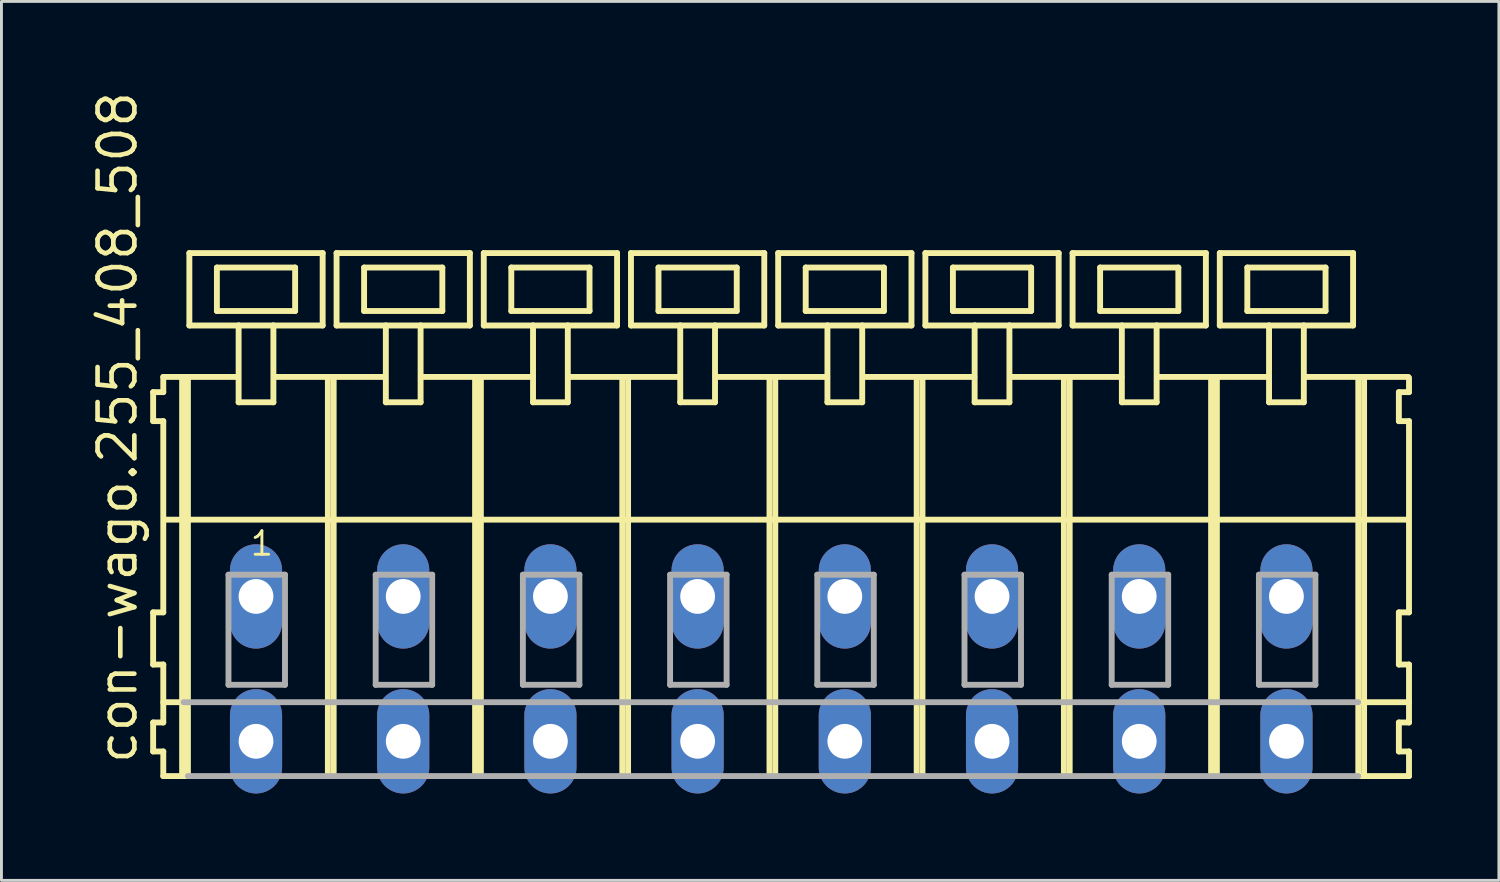
<source format=kicad_pcb>
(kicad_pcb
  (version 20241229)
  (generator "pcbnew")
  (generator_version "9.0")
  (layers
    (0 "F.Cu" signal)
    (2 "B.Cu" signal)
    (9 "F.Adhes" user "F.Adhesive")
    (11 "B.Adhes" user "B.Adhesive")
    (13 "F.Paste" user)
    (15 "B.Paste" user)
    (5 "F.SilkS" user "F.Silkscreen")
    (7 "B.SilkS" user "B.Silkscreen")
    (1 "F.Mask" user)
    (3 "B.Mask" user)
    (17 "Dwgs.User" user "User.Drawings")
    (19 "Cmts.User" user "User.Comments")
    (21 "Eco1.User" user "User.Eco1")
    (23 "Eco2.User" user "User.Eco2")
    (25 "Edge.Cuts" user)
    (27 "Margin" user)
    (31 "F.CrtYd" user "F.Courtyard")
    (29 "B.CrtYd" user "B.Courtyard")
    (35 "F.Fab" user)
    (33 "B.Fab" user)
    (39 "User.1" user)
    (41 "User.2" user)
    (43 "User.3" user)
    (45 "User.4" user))
  (footprint "con-wago.255_408_508"
    (layer "F.Cu")
    (at 23.565 17.533)
    (property "Reference" "con-wago.255_408_508" (at -21.815 5.855 90) (layer "F.SilkS") (effects (font (size 1.27 1.27) (thickness 0.16)) (justify left bottom)))
    (attr through_hole)
    (fp_line (start -21.33 -7.05) (end -21.33 -6.05) (stroke (width 0.203) (type default)) (layer "F.SilkS"))
    (fp_line (start -21.33 -6.05) (end -20.98 -6.05) (stroke (width 0.203) (type default)) (layer "F.SilkS"))
    (fp_line (start -21.33 0.55) (end -21.33 2.35) (stroke (width 0.203) (type default)) (layer "F.SilkS"))
    (fp_line (start -21.33 2.35) (end -20.98 2.35) (stroke (width 0.203) (type default)) (layer "F.SilkS"))
    (fp_line (start -21.33 4.35) (end -21.33 5.35) (stroke (width 0.203) (type default)) (layer "F.SilkS"))
    (fp_line (start -21.33 5.35) (end -20.98 5.35) (stroke (width 0.203) (type default)) (layer "F.SilkS"))
    (fp_line (start -20.98 -7.575) (end -20.98 -7.05) (stroke (width 0.203) (type default)) (layer "F.SilkS"))
    (fp_line (start -20.98 -7.575) (end -18.405 -7.575) (stroke (width 0.203) (type default)) (layer "F.SilkS"))
    (fp_line (start -20.98 -7.05) (end -21.33 -7.05) (stroke (width 0.203) (type default)) (layer "F.SilkS"))
    (fp_line (start -20.98 -6.05) (end -20.98 0.55) (stroke (width 0.203) (type default)) (layer "F.SilkS"))
    (fp_line (start -20.98 0.55) (end -21.33 0.55) (stroke (width 0.203) (type default)) (layer "F.SilkS"))
    (fp_line (start -20.98 2.35) (end -20.98 4.35) (stroke (width 0.203) (type default)) (layer "F.SilkS"))
    (fp_line (start -20.98 3.65) (end -20.28 3.65) (stroke (width 0.203) (type default)) (layer "F.SilkS"))
    (fp_line (start -20.98 4.35) (end -21.33 4.35) (stroke (width 0.203) (type default)) (layer "F.SilkS"))
    (fp_line (start -20.98 5.35) (end -20.98 6.2) (stroke (width 0.203) (type default)) (layer "F.SilkS"))
    (fp_line (start -20.98 6.2) (end -20.33 6.2) (stroke (width 0.203) (type default)) (layer "F.SilkS"))
    (fp_line (start -20.93 -2.65) (end 20.26 -2.65) (stroke (width 0.203) (type default)) (layer "F.SilkS"))
    (fp_line (start -20.33 -7.55) (end -20.33 6.2) (stroke (width 0.203) (type default)) (layer "F.SilkS"))
    (fp_line (start -20.33 6.2) (end -20.13 6.2) (stroke (width 0.203) (type default)) (layer "F.SilkS"))
    (fp_line (start -20.13 -7.55) (end -20.13 6.2) (stroke (width 0.203) (type default)) (layer "F.SilkS"))
    (fp_line (start -20.08 -11.85) (end -20.08 -9.35) (stroke (width 0.203) (type default)) (layer "F.SilkS"))
    (fp_line (start -20.08 -9.35) (end -18.38 -9.35) (stroke (width 0.203) (type default)) (layer "F.SilkS"))
    (fp_line (start -19.13 -11.35) (end -19.13 -9.85) (stroke (width 0.203) (type default)) (layer "F.SilkS"))
    (fp_line (start -19.13 -9.85) (end -16.43 -9.85) (stroke (width 0.203) (type default)) (layer "F.SilkS"))
    (fp_line (start -18.38 -9.35) (end -18.38 -6.7) (stroke (width 0.203) (type default)) (layer "F.SilkS"))
    (fp_line (start -18.38 -9.35) (end -17.18 -9.35) (stroke (width 0.203) (type default)) (layer "F.SilkS"))
    (fp_line (start -18.38 -6.7) (end -17.18 -6.7) (stroke (width 0.203) (type default)) (layer "F.SilkS"))
    (fp_line (start -17.18 -9.35) (end -15.48 -9.35) (stroke (width 0.203) (type default)) (layer "F.SilkS"))
    (fp_line (start -17.18 -6.7) (end -17.18 -9.35) (stroke (width 0.203) (type default)) (layer "F.SilkS"))
    (fp_line (start -17.155 -7.575) (end -13.321 -7.575) (stroke (width 0.203) (type default)) (layer "F.SilkS"))
    (fp_line (start -16.43 -11.35) (end -19.13 -11.35) (stroke (width 0.203) (type default)) (layer "F.SilkS"))
    (fp_line (start -16.43 -9.85) (end -16.43 -11.35) (stroke (width 0.203) (type default)) (layer "F.SilkS"))
    (fp_line (start -15.48 -11.85) (end -20.08 -11.85) (stroke (width 0.203) (type default)) (layer "F.SilkS"))
    (fp_line (start -15.48 -9.35) (end -15.48 -11.85) (stroke (width 0.203) (type default)) (layer "F.SilkS"))
    (fp_line (start -15.3 -7.55) (end -15.3 6.2) (stroke (width 0.203) (type default)) (layer "F.SilkS"))
    (fp_line (start -15.1 -7.55) (end -15.1 6.2) (stroke (width 0.203) (type default)) (layer "F.SilkS"))
    (fp_line (start -15 -11.85) (end -15 -9.35) (stroke (width 0.203) (type default)) (layer "F.SilkS"))
    (fp_line (start -15 -9.35) (end -13.3 -9.35) (stroke (width 0.203) (type default)) (layer "F.SilkS"))
    (fp_line (start -14.05 -11.35) (end -14.05 -9.85) (stroke (width 0.203) (type default)) (layer "F.SilkS"))
    (fp_line (start -14.05 -9.85) (end -11.35 -9.85) (stroke (width 0.203) (type default)) (layer "F.SilkS"))
    (fp_line (start -13.3 -9.35) (end -13.3 -6.7) (stroke (width 0.203) (type default)) (layer "F.SilkS"))
    (fp_line (start -13.3 -9.35) (end -12.1 -9.35) (stroke (width 0.203) (type default)) (layer "F.SilkS"))
    (fp_line (start -13.3 -6.7) (end -12.1 -6.7) (stroke (width 0.203) (type default)) (layer "F.SilkS"))
    (fp_line (start -12.1 -9.35) (end -10.4 -9.35) (stroke (width 0.203) (type default)) (layer "F.SilkS"))
    (fp_line (start -12.1 -6.7) (end -12.1 -9.35) (stroke (width 0.203) (type default)) (layer "F.SilkS"))
    (fp_line (start -12.075 -7.575) (end -8.23 -7.575) (stroke (width 0.203) (type default)) (layer "F.SilkS"))
    (fp_line (start -11.35 -11.35) (end -14.05 -11.35) (stroke (width 0.203) (type default)) (layer "F.SilkS"))
    (fp_line (start -11.35 -9.85) (end -11.35 -11.35) (stroke (width 0.203) (type default)) (layer "F.SilkS"))
    (fp_line (start -10.4 -11.85) (end -15 -11.85) (stroke (width 0.203) (type default)) (layer "F.SilkS"))
    (fp_line (start -10.4 -9.35) (end -10.4 -11.85) (stroke (width 0.203) (type default)) (layer "F.SilkS"))
    (fp_line (start -10.22 -7.55) (end -10.22 6.2) (stroke (width 0.203) (type default)) (layer "F.SilkS"))
    (fp_line (start -10.02 -7.55) (end -10.02 6.2) (stroke (width 0.203) (type default)) (layer "F.SilkS"))
    (fp_line (start -9.92 -11.85) (end -9.92 -9.35) (stroke (width 0.203) (type default)) (layer "F.SilkS"))
    (fp_line (start -9.92 -9.35) (end -8.22 -9.35) (stroke (width 0.203) (type default)) (layer "F.SilkS"))
    (fp_line (start -8.97 -11.35) (end -8.97 -9.85) (stroke (width 0.203) (type default)) (layer "F.SilkS"))
    (fp_line (start -8.97 -9.85) (end -6.27 -9.85) (stroke (width 0.203) (type default)) (layer "F.SilkS"))
    (fp_line (start -8.22 -9.35) (end -8.22 -6.7) (stroke (width 0.203) (type default)) (layer "F.SilkS"))
    (fp_line (start -8.22 -9.35) (end -7.02 -9.35) (stroke (width 0.203) (type default)) (layer "F.SilkS"))
    (fp_line (start -8.22 -6.7) (end -7.02 -6.7) (stroke (width 0.203) (type default)) (layer "F.SilkS"))
    (fp_line (start -7.02 -9.35) (end -5.32 -9.35) (stroke (width 0.203) (type default)) (layer "F.SilkS"))
    (fp_line (start -7.02 -6.7) (end -7.02 -9.35) (stroke (width 0.203) (type default)) (layer "F.SilkS"))
    (fp_line (start -6.995 -7.575) (end -3.15 -7.575) (stroke (width 0.203) (type default)) (layer "F.SilkS"))
    (fp_line (start -6.27 -11.35) (end -8.97 -11.35) (stroke (width 0.203) (type default)) (layer "F.SilkS"))
    (fp_line (start -6.27 -9.85) (end -6.27 -11.35) (stroke (width 0.203) (type default)) (layer "F.SilkS"))
    (fp_line (start -5.32 -11.85) (end -9.92 -11.85) (stroke (width 0.203) (type default)) (layer "F.SilkS"))
    (fp_line (start -5.32 -9.35) (end -5.32 -11.85) (stroke (width 0.203) (type default)) (layer "F.SilkS"))
    (fp_line (start -5.14 -7.55) (end -5.14 6.2) (stroke (width 0.203) (type default)) (layer "F.SilkS"))
    (fp_line (start -4.94 -7.55) (end -4.94 6.2) (stroke (width 0.203) (type default)) (layer "F.SilkS"))
    (fp_line (start -4.84 -11.85) (end -4.84 -9.35) (stroke (width 0.203) (type default)) (layer "F.SilkS"))
    (fp_line (start -4.84 -9.35) (end -3.14 -9.35) (stroke (width 0.203) (type default)) (layer "F.SilkS"))
    (fp_line (start -3.89 -11.35) (end -3.89 -9.85) (stroke (width 0.203) (type default)) (layer "F.SilkS"))
    (fp_line (start -3.89 -9.85) (end -1.19 -9.85) (stroke (width 0.203) (type default)) (layer "F.SilkS"))
    (fp_line (start -3.14 -9.35) (end -3.14 -6.7) (stroke (width 0.203) (type default)) (layer "F.SilkS"))
    (fp_line (start -3.14 -9.35) (end -1.94 -9.35) (stroke (width 0.203) (type default)) (layer "F.SilkS"))
    (fp_line (start -3.14 -6.7) (end -1.94 -6.7) (stroke (width 0.203) (type default)) (layer "F.SilkS"))
    (fp_line (start -1.94 -9.35) (end -0.24 -9.35) (stroke (width 0.203) (type default)) (layer "F.SilkS"))
    (fp_line (start -1.94 -6.7) (end -1.94 -9.35) (stroke (width 0.203) (type default)) (layer "F.SilkS"))
    (fp_line (start -1.915 -7.575) (end 1.93 -7.575) (stroke (width 0.203) (type default)) (layer "F.SilkS"))
    (fp_line (start -1.19 -11.35) (end -3.89 -11.35) (stroke (width 0.203) (type default)) (layer "F.SilkS"))
    (fp_line (start -1.19 -9.85) (end -1.19 -11.35) (stroke (width 0.203) (type default)) (layer "F.SilkS"))
    (fp_line (start -0.24 -11.85) (end -4.84 -11.85) (stroke (width 0.203) (type default)) (layer "F.SilkS"))
    (fp_line (start -0.24 -9.35) (end -0.24 -11.85) (stroke (width 0.203) (type default)) (layer "F.SilkS"))
    (fp_line (start -0.06 -7.55) (end -0.06 6.2) (stroke (width 0.203) (type default)) (layer "F.SilkS"))
    (fp_line (start 0.14 -7.55) (end 0.14 6.2) (stroke (width 0.203) (type default)) (layer "F.SilkS"))
    (fp_line (start 0.24 -11.85) (end 0.24 -9.35) (stroke (width 0.203) (type default)) (layer "F.SilkS"))
    (fp_line (start 0.24 -9.35) (end 1.94 -9.35) (stroke (width 0.203) (type default)) (layer "F.SilkS"))
    (fp_line (start 1.19 -11.35) (end 1.19 -9.85) (stroke (width 0.203) (type default)) (layer "F.SilkS"))
    (fp_line (start 1.19 -9.85) (end 3.89 -9.85) (stroke (width 0.203) (type default)) (layer "F.SilkS"))
    (fp_line (start 1.94 -9.35) (end 1.94 -6.7) (stroke (width 0.203) (type default)) (layer "F.SilkS"))
    (fp_line (start 1.94 -9.35) (end 3.14 -9.35) (stroke (width 0.203) (type default)) (layer "F.SilkS"))
    (fp_line (start 1.94 -6.7) (end 3.14 -6.7) (stroke (width 0.203) (type default)) (layer "F.SilkS"))
    (fp_line (start 3.14 -9.35) (end 4.84 -9.35) (stroke (width 0.203) (type default)) (layer "F.SilkS"))
    (fp_line (start 3.14 -6.7) (end 3.14 -9.35) (stroke (width 0.203) (type default)) (layer "F.SilkS"))
    (fp_line (start 3.165 -7.575) (end 7.01 -7.575) (stroke (width 0.203) (type default)) (layer "F.SilkS"))
    (fp_line (start 3.89 -11.35) (end 1.19 -11.35) (stroke (width 0.203) (type default)) (layer "F.SilkS"))
    (fp_line (start 3.89 -9.85) (end 3.89 -11.35) (stroke (width 0.203) (type default)) (layer "F.SilkS"))
    (fp_line (start 4.84 -11.85) (end 0.24 -11.85) (stroke (width 0.203) (type default)) (layer "F.SilkS"))
    (fp_line (start 4.84 -9.35) (end 4.84 -11.85) (stroke (width 0.203) (type default)) (layer "F.SilkS"))
    (fp_line (start 5.02 -7.55) (end 5.02 6.2) (stroke (width 0.203) (type default)) (layer "F.SilkS"))
    (fp_line (start 5.22 -7.55) (end 5.22 6.2) (stroke (width 0.203) (type default)) (layer "F.SilkS"))
    (fp_line (start 5.32 -11.85) (end 5.32 -9.35) (stroke (width 0.203) (type default)) (layer "F.SilkS"))
    (fp_line (start 5.32 -9.35) (end 7.02 -9.35) (stroke (width 0.203) (type default)) (layer "F.SilkS"))
    (fp_line (start 6.27 -11.35) (end 6.27 -9.85) (stroke (width 0.203) (type default)) (layer "F.SilkS"))
    (fp_line (start 6.27 -9.85) (end 8.97 -9.85) (stroke (width 0.203) (type default)) (layer "F.SilkS"))
    (fp_line (start 7.02 -9.35) (end 7.02 -6.7) (stroke (width 0.203) (type default)) (layer "F.SilkS"))
    (fp_line (start 7.02 -9.35) (end 8.22 -9.35) (stroke (width 0.203) (type default)) (layer "F.SilkS"))
    (fp_line (start 7.02 -6.7) (end 8.22 -6.7) (stroke (width 0.203) (type default)) (layer "F.SilkS"))
    (fp_line (start 8.22 -9.35) (end 9.92 -9.35) (stroke (width 0.203) (type default)) (layer "F.SilkS"))
    (fp_line (start 8.22 -6.7) (end 8.22 -9.35) (stroke (width 0.203) (type default)) (layer "F.SilkS"))
    (fp_line (start 8.245 -7.575) (end 12.09 -7.575) (stroke (width 0.203) (type default)) (layer "F.SilkS"))
    (fp_line (start 8.97 -11.35) (end 6.27 -11.35) (stroke (width 0.203) (type default)) (layer "F.SilkS"))
    (fp_line (start 8.97 -9.85) (end 8.97 -11.35) (stroke (width 0.203) (type default)) (layer "F.SilkS"))
    (fp_line (start 9.92 -11.85) (end 5.32 -11.85) (stroke (width 0.203) (type default)) (layer "F.SilkS"))
    (fp_line (start 9.92 -9.35) (end 9.92 -11.85) (stroke (width 0.203) (type default)) (layer "F.SilkS"))
    (fp_line (start 10.1 -7.55) (end 10.1 6.2) (stroke (width 0.203) (type default)) (layer "F.SilkS"))
    (fp_line (start 10.3 -7.55) (end 10.3 6.2) (stroke (width 0.203) (type default)) (layer "F.SilkS"))
    (fp_line (start 10.4 -11.85) (end 10.4 -9.35) (stroke (width 0.203) (type default)) (layer "F.SilkS"))
    (fp_line (start 10.4 -9.35) (end 12.1 -9.35) (stroke (width 0.203) (type default)) (layer "F.SilkS"))
    (fp_line (start 11.35 -11.35) (end 11.35 -9.85) (stroke (width 0.203) (type default)) (layer "F.SilkS"))
    (fp_line (start 11.35 -9.85) (end 14.05 -9.85) (stroke (width 0.203) (type default)) (layer "F.SilkS"))
    (fp_line (start 12.1 -9.35) (end 12.1 -6.7) (stroke (width 0.203) (type default)) (layer "F.SilkS"))
    (fp_line (start 12.1 -9.35) (end 13.3 -9.35) (stroke (width 0.203) (type default)) (layer "F.SilkS"))
    (fp_line (start 12.1 -6.7) (end 13.3 -6.7) (stroke (width 0.203) (type default)) (layer "F.SilkS"))
    (fp_line (start 13.3 -9.35) (end 15 -9.35) (stroke (width 0.203) (type default)) (layer "F.SilkS"))
    (fp_line (start 13.3 -6.7) (end 13.3 -9.35) (stroke (width 0.203) (type default)) (layer "F.SilkS"))
    (fp_line (start 13.325 -7.575) (end 17.17 -7.575) (stroke (width 0.203) (type default)) (layer "F.SilkS"))
    (fp_line (start 14.05 -11.35) (end 11.35 -11.35) (stroke (width 0.203) (type default)) (layer "F.SilkS"))
    (fp_line (start 14.05 -9.85) (end 14.05 -11.35) (stroke (width 0.203) (type default)) (layer "F.SilkS"))
    (fp_line (start 15 -11.85) (end 10.4 -11.85) (stroke (width 0.203) (type default)) (layer "F.SilkS"))
    (fp_line (start 15 -9.35) (end 15 -11.85) (stroke (width 0.203) (type default)) (layer "F.SilkS"))
    (fp_line (start 15.18 -7.55) (end 15.18 6.2) (stroke (width 0.203) (type default)) (layer "F.SilkS"))
    (fp_line (start 15.38 -7.55) (end 15.38 6.2) (stroke (width 0.203) (type default)) (layer "F.SilkS"))
    (fp_line (start 15.48 -11.85) (end 15.48 -9.35) (stroke (width 0.203) (type default)) (layer "F.SilkS"))
    (fp_line (start 15.48 -9.35) (end 17.18 -9.35) (stroke (width 0.203) (type default)) (layer "F.SilkS"))
    (fp_line (start 16.43 -11.35) (end 16.43 -9.85) (stroke (width 0.203) (type default)) (layer "F.SilkS"))
    (fp_line (start 16.43 -9.85) (end 19.13 -9.85) (stroke (width 0.203) (type default)) (layer "F.SilkS"))
    (fp_line (start 17.18 -9.35) (end 17.18 -6.7) (stroke (width 0.203) (type default)) (layer "F.SilkS"))
    (fp_line (start 17.18 -9.35) (end 18.38 -9.35) (stroke (width 0.203) (type default)) (layer "F.SilkS"))
    (fp_line (start 17.18 -6.7) (end 18.38 -6.7) (stroke (width 0.203) (type default)) (layer "F.SilkS"))
    (fp_line (start 18.38 -9.35) (end 20.08 -9.35) (stroke (width 0.203) (type default)) (layer "F.SilkS"))
    (fp_line (start 18.38 -6.7) (end 18.38 -9.35) (stroke (width 0.203) (type default)) (layer "F.SilkS"))
    (fp_line (start 18.39 -7.575) (end 21.985 -7.575) (stroke (width 0.203) (type default)) (layer "F.SilkS"))
    (fp_line (start 19.13 -11.35) (end 16.43 -11.35) (stroke (width 0.203) (type default)) (layer "F.SilkS"))
    (fp_line (start 19.13 -9.85) (end 19.13 -11.35) (stroke (width 0.203) (type default)) (layer "F.SilkS"))
    (fp_line (start 20.08 -11.85) (end 15.48 -11.85) (stroke (width 0.203) (type default)) (layer "F.SilkS"))
    (fp_line (start 20.08 -9.35) (end 20.08 -11.85) (stroke (width 0.203) (type default)) (layer "F.SilkS"))
    (fp_line (start 20.26 -7.55) (end 20.26 -2.65) (stroke (width 0.203) (type default)) (layer "F.SilkS"))
    (fp_line (start 20.26 -2.65) (end 20.26 6.2) (stroke (width 0.203) (type default)) (layer "F.SilkS"))
    (fp_line (start 20.26 -2.65) (end 21.96 -2.65) (stroke (width 0.203) (type default)) (layer "F.SilkS"))
    (fp_line (start 20.26 6.2) (end 22.01 6.2) (stroke (width 0.203) (type default)) (layer "F.SilkS"))
    (fp_line (start 20.31 3.65) (end 22.01 3.65) (stroke (width 0.203) (type default)) (layer "F.SilkS"))
    (fp_line (start 20.46 -7.55) (end 20.46 6.2) (stroke (width 0.203) (type default)) (layer "F.SilkS"))
    (fp_line (start 21.66 -7.05) (end 21.66 -6.05) (stroke (width 0.203) (type default)) (layer "F.SilkS"))
    (fp_line (start 21.66 -6.05) (end 22.01 -6.05) (stroke (width 0.203) (type default)) (layer "F.SilkS"))
    (fp_line (start 21.66 0.55) (end 21.66 2.35) (stroke (width 0.203) (type default)) (layer "F.SilkS"))
    (fp_line (start 21.66 2.35) (end 22.01 2.35) (stroke (width 0.203) (type default)) (layer "F.SilkS"))
    (fp_line (start 21.66 4.35) (end 21.66 5.35) (stroke (width 0.203) (type default)) (layer "F.SilkS"))
    (fp_line (start 21.66 5.35) (end 22.01 5.35) (stroke (width 0.203) (type default)) (layer "F.SilkS"))
    (fp_line (start 22.01 -7.05) (end 21.66 -7.05) (stroke (width 0.203) (type default)) (layer "F.SilkS"))
    (fp_line (start 22.01 -7.05) (end 22.01 -7.55) (stroke (width 0.203) (type default)) (layer "F.SilkS"))
    (fp_line (start 22.01 0.55) (end 21.66 0.55) (stroke (width 0.203) (type default)) (layer "F.SilkS"))
    (fp_line (start 22.01 0.55) (end 22.01 -6.05) (stroke (width 0.203) (type default)) (layer "F.SilkS"))
    (fp_line (start 22.01 3.65) (end 22.01 2.35) (stroke (width 0.203) (type default)) (layer "F.SilkS"))
    (fp_line (start 22.01 4.35) (end 21.66 4.35) (stroke (width 0.203) (type default)) (layer "F.SilkS"))
    (fp_line (start 22.01 4.35) (end 22.01 3.65) (stroke (width 0.203) (type default)) (layer "F.SilkS"))
    (fp_line (start 22.01 6.2) (end 22.01 5.35) (stroke (width 0.203) (type default)) (layer "F.SilkS"))
    (fp_line (start -20.28 3.65) (end 20.26 3.65) (stroke (width 0.203) (type default)) (layer "F.Fab"))
    (fp_line (start -20.13 6.2) (end 20.26 6.2) (stroke (width 0.203) (type default)) (layer "F.Fab"))
    (fp_line (start -18.73 -0.75) (end -18.73 3.05) (stroke (width 0.203) (type default)) (layer "F.Fab"))
    (fp_line (start -18.73 3.05) (end -16.78 3.05) (stroke (width 0.203) (type default)) (layer "F.Fab"))
    (fp_line (start -16.78 -0.75) (end -18.73 -0.75) (stroke (width 0.203) (type default)) (layer "F.Fab"))
    (fp_line (start -16.78 3.05) (end -16.78 -0.75) (stroke (width 0.203) (type default)) (layer "F.Fab"))
    (fp_line (start -13.65 -0.75) (end -13.65 3.05) (stroke (width 0.203) (type default)) (layer "F.Fab"))
    (fp_line (start -13.65 3.05) (end -11.7 3.05) (stroke (width 0.203) (type default)) (layer "F.Fab"))
    (fp_line (start -11.7 -0.75) (end -13.65 -0.75) (stroke (width 0.203) (type default)) (layer "F.Fab"))
    (fp_line (start -11.7 3.05) (end -11.7 -0.75) (stroke (width 0.203) (type default)) (layer "F.Fab"))
    (fp_line (start -8.57 -0.75) (end -8.57 3.05) (stroke (width 0.203) (type default)) (layer "F.Fab"))
    (fp_line (start -8.57 3.05) (end -6.62 3.05) (stroke (width 0.203) (type default)) (layer "F.Fab"))
    (fp_line (start -6.62 -0.75) (end -8.57 -0.75) (stroke (width 0.203) (type default)) (layer "F.Fab"))
    (fp_line (start -6.62 3.05) (end -6.62 -0.75) (stroke (width 0.203) (type default)) (layer "F.Fab"))
    (fp_line (start -3.49 -0.75) (end -3.49 3.05) (stroke (width 0.203) (type default)) (layer "F.Fab"))
    (fp_line (start -3.49 3.05) (end -1.54 3.05) (stroke (width 0.203) (type default)) (layer "F.Fab"))
    (fp_line (start -1.54 -0.75) (end -3.49 -0.75) (stroke (width 0.203) (type default)) (layer "F.Fab"))
    (fp_line (start -1.54 3.05) (end -1.54 -0.75) (stroke (width 0.203) (type default)) (layer "F.Fab"))
    (fp_line (start 1.59 -0.75) (end 1.59 3.05) (stroke (width 0.203) (type default)) (layer "F.Fab"))
    (fp_line (start 1.59 3.05) (end 3.54 3.05) (stroke (width 0.203) (type default)) (layer "F.Fab"))
    (fp_line (start 3.54 -0.75) (end 1.59 -0.75) (stroke (width 0.203) (type default)) (layer "F.Fab"))
    (fp_line (start 3.54 3.05) (end 3.54 -0.75) (stroke (width 0.203) (type default)) (layer "F.Fab"))
    (fp_line (start 6.67 -0.75) (end 6.67 3.05) (stroke (width 0.203) (type default)) (layer "F.Fab"))
    (fp_line (start 6.67 3.05) (end 8.62 3.05) (stroke (width 0.203) (type default)) (layer "F.Fab"))
    (fp_line (start 8.62 -0.75) (end 6.67 -0.75) (stroke (width 0.203) (type default)) (layer "F.Fab"))
    (fp_line (start 8.62 3.05) (end 8.62 -0.75) (stroke (width 0.203) (type default)) (layer "F.Fab"))
    (fp_line (start 11.75 -0.75) (end 11.75 3.05) (stroke (width 0.203) (type default)) (layer "F.Fab"))
    (fp_line (start 11.75 3.05) (end 13.7 3.05) (stroke (width 0.203) (type default)) (layer "F.Fab"))
    (fp_line (start 13.7 -0.75) (end 11.75 -0.75) (stroke (width 0.203) (type default)) (layer "F.Fab"))
    (fp_line (start 13.7 3.05) (end 13.7 -0.75) (stroke (width 0.203) (type default)) (layer "F.Fab"))
    (fp_line (start 16.83 -0.75) (end 16.83 3.05) (stroke (width 0.203) (type default)) (layer "F.Fab"))
    (fp_line (start 16.83 3.05) (end 18.78 3.05) (stroke (width 0.203) (type default)) (layer "F.Fab"))
    (fp_line (start 18.78 -0.75) (end 16.83 -0.75) (stroke (width 0.203) (type default)) (layer "F.Fab"))
    (fp_line (start 18.78 3.05) (end 18.78 -0.75) (stroke (width 0.203) (type default)) (layer "F.Fab"))
    (fp_text user "1" (at -18.03 -1.35 0) (layer "F.SilkS") (effects (font (size 0.813 0.813) (thickness 0.1)) (justify left bottom)))
    (pad "A1" thru_hole oval (at -17.78 0 90) (size 3.6 1.8) (drill 1.2) (layers "*.Cu" "*.Mask"))
    (pad "A2" thru_hole oval (at -12.7 0 90) (size 3.6 1.8) (drill 1.2) (layers "*.Cu" "*.Mask"))
    (pad "A3" thru_hole oval (at -7.62 0 90) (size 3.6 1.8) (drill 1.2) (layers "*.Cu" "*.Mask"))
    (pad "A4" thru_hole oval (at -2.54 0 90) (size 3.6 1.8) (drill 1.2) (layers "*.Cu" "*.Mask"))
    (pad "A5" thru_hole oval (at 2.54 0 90) (size 3.6 1.8) (drill 1.2) (layers "*.Cu" "*.Mask"))
    (pad "A6" thru_hole oval (at 7.62 0 90) (size 3.6 1.8) (drill 1.2) (layers "*.Cu" "*.Mask"))
    (pad "A7" thru_hole oval (at 12.7 0 90) (size 3.6 1.8) (drill 1.2) (layers "*.Cu" "*.Mask"))
    (pad "A8" thru_hole oval (at 17.78 0 90) (size 3.6 1.8) (drill 1.2) (layers "*.Cu" "*.Mask"))
    (pad "B1" thru_hole oval (at -17.78 5 90) (size 3.6 1.8) (drill 1.2) (layers "*.Cu" "*.Mask"))
    (pad "B2" thru_hole oval (at -12.7 5 90) (size 3.6 1.8) (drill 1.2) (layers "*.Cu" "*.Mask"))
    (pad "B3" thru_hole oval (at -7.62 5 90) (size 3.6 1.8) (drill 1.2) (layers "*.Cu" "*.Mask"))
    (pad "B4" thru_hole oval (at -2.54 5 90) (size 3.6 1.8) (drill 1.2) (layers "*.Cu" "*.Mask"))
    (pad "B5" thru_hole oval (at 2.54 5 90) (size 3.6 1.8) (drill 1.2) (layers "*.Cu" "*.Mask"))
    (pad "B6" thru_hole oval (at 7.62 5 90) (size 3.6 1.8) (drill 1.2) (layers "*.Cu" "*.Mask"))
    (pad "B7" thru_hole oval (at 12.7 5 90) (size 3.6 1.8) (drill 1.2) (layers "*.Cu" "*.Mask"))
    (pad "B8" thru_hole oval (at 17.78 5 90) (size 3.6 1.8) (drill 1.2) (layers "*.Cu" "*.Mask")))
  (gr_rect
    (start -3 -3)
    (end 48.677 27.333)
    (stroke (width 0.1) (type default))
    (fill no)
    (layer "Edge.Cuts")))
</source>
